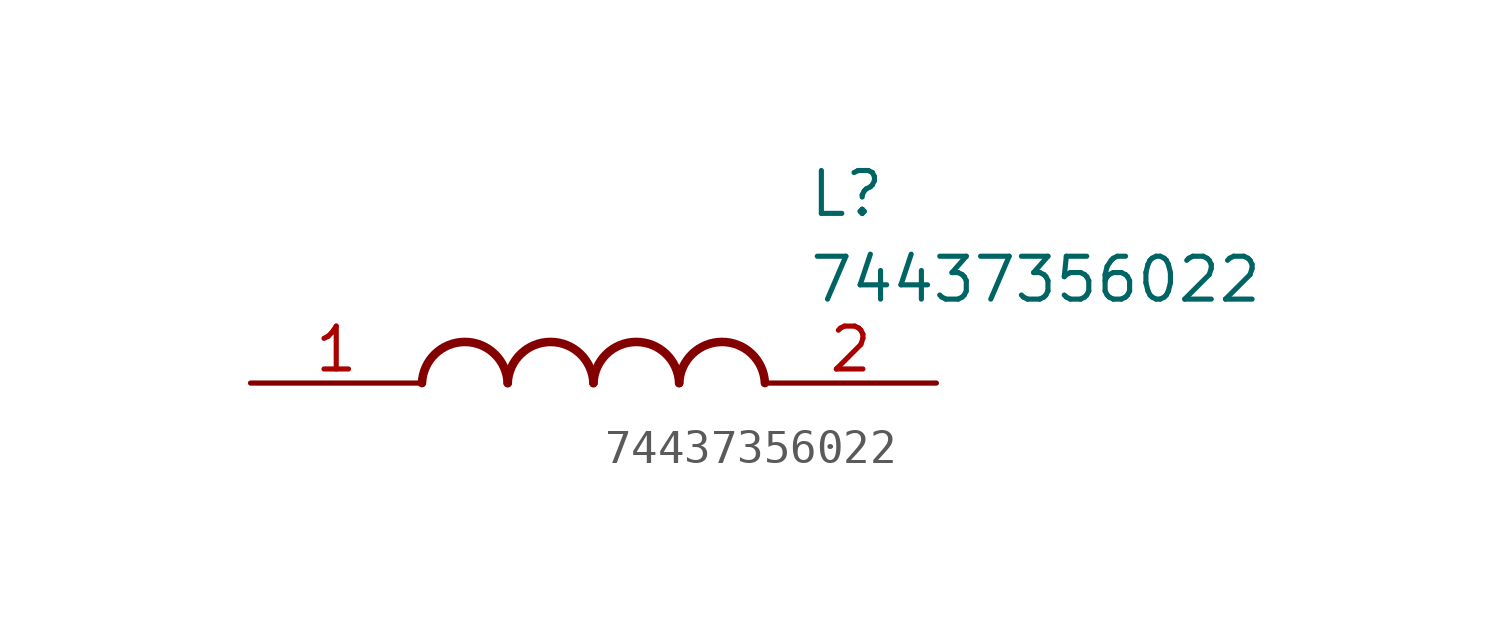
<source format=kicad_sym>
(kicad_symbol_lib
  (version 20211014)
  (generator SamacSys_ECAD_Model)
  (symbol "74437356022"
    (pin_names hide)
    (property "Reference" "L"
      (at 16.51 6.35 0)
      (effects (font (size 1.27 1.27)) (justify left top)))
    (property "Value" "74437356022"
      (at 16.51 3.81 0)
      (effects (font (size 1.27 1.27)) (justify left top)))
    (arc
      (start 7.62 0)
      (mid 6.35 1.219)
      (end 5.08 0)
      (stroke (width 0.254) (type default))
      (fill (type none)))
    (arc
      (start 10.16 0)
      (mid 8.89 1.219)
      (end 7.62 0)
      (stroke (width 0.254) (type default))
      (fill (type none)))
    (arc
      (start 12.7 0)
      (mid 11.43 1.219)
      (end 10.16 0)
      (stroke (width 0.254) (type default))
      (fill (type none)))
    (arc
      (start 15.24 0)
      (mid 13.97 1.219)
      (end 12.7 0)
      (stroke (width 0.254) (type default))
      (fill (type none)))
    (pin passive line
      (at 0 0 0)
      (length 5.08)
      (name "1" (effects (font (size 1.27 1.27))))
      (number "1" (effects (font (size 1.27 1.27)))))
    (pin passive line
      (at 20.32 0 180)
      (length 5.08)
      (name "2" (effects (font (size 1.27 1.27))))
      (number "2" (effects (font (size 1.27 1.27)))))))
</source>
